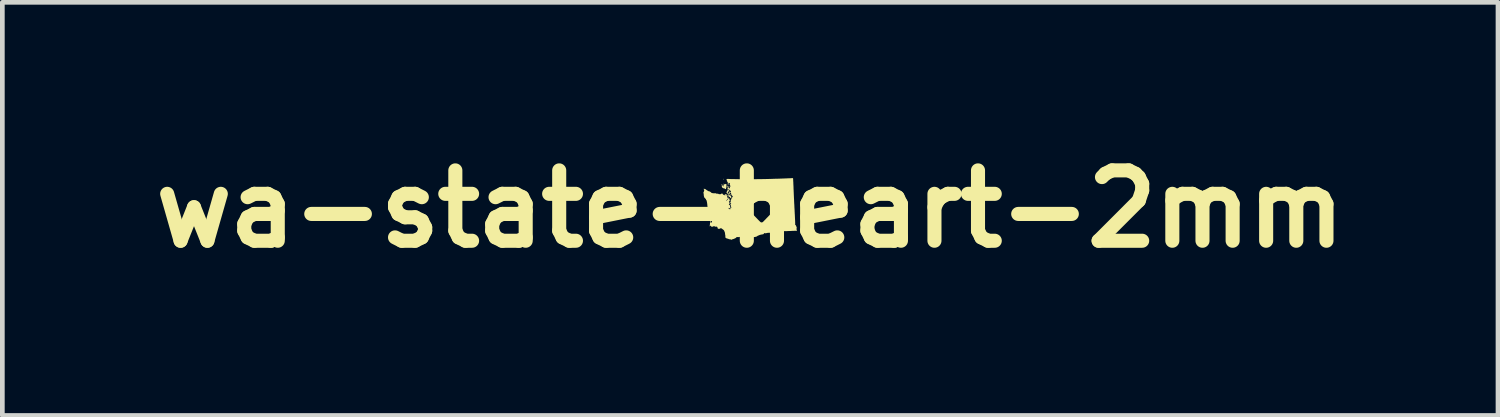
<source format=kicad_pcb>
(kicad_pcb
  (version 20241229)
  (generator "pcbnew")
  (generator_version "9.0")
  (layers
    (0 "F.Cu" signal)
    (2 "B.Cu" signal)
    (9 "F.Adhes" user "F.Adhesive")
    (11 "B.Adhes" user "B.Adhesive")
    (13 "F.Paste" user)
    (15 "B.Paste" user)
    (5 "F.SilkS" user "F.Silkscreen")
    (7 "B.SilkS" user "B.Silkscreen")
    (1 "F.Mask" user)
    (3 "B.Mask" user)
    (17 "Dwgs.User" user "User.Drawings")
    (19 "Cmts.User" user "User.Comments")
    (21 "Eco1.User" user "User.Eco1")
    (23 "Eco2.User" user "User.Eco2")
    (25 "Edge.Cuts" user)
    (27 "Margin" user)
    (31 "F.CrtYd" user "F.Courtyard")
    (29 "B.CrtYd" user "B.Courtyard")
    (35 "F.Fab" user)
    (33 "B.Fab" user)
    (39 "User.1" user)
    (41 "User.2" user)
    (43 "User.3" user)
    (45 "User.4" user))
  (footprint "wa-state-heart-2mm"
    (layer "F.Cu")
    (at 12.943 1.404)
    (property "Reference" "wa-state-heart-2mm" (at 0 0 0) (layer "F.SilkS") (effects (font (size 1.5 1.5) (thickness 0.3))))
    (attr board_only exclude_from_pos_files exclude_from_bom)
    (fp_poly (pts (xy -0.479 -0.499) (xy -0.476 -0.497) (xy -0.475 -0.494) (xy -0.476 -0.492) (xy -0.478 -0.492) (xy -0.479 -0.492) (xy -0.483 -0.494) (xy -0.485 -0.496) (xy -0.484 -0.498) (xy -0.482 -0.5)) (stroke (width 0) (type solid)) (fill yes) (layer "F.SilkS"))
    (fp_poly (pts (xy -0.396 -0.271) (xy -0.395 -0.27) (xy -0.393 -0.268) (xy -0.392 -0.265) (xy -0.393 -0.264) (xy -0.393 -0.264) (xy -0.395 -0.265) (xy -0.396 -0.266) (xy -0.397 -0.268) (xy -0.397 -0.27) (xy -0.397 -0.271)) (stroke (width 0) (type solid)) (fill yes) (layer "F.SilkS"))
    (fp_poly (pts (xy -0.568 -0.641) (xy -0.563 -0.639) (xy -0.56 -0.637) (xy -0.558 -0.635) (xy -0.558 -0.633) (xy -0.559 -0.632) (xy -0.562 -0.631) (xy -0.566 -0.631) (xy -0.569 -0.631) (xy -0.571 -0.632) (xy -0.573 -0.633) (xy -0.573 -0.636) (xy -0.573 -0.637) (xy -0.573 -0.64) (xy -0.571 -0.641)) (stroke (width 0) (type solid)) (fill yes) (layer "F.SilkS"))
    (fp_poly (pts (xy -0.562 -0.536) (xy -0.561 -0.535) (xy -0.56 -0.531) (xy -0.561 -0.528) (xy -0.562 -0.524) (xy -0.563 -0.523) (xy -0.566 -0.521) (xy -0.567 -0.521) (xy -0.569 -0.523) (xy -0.569 -0.524) (xy -0.571 -0.527) (xy -0.573 -0.528) (xy -0.575 -0.529) (xy -0.575 -0.53) (xy -0.573 -0.532) (xy -0.57 -0.535) (xy -0.566 -0.536) (xy -0.563 -0.537)) (stroke (width 0) (type solid)) (fill yes) (layer "F.SilkS"))
    (fp_poly (pts (xy -0.486 -0.491) (xy -0.484 -0.488) (xy -0.482 -0.484) (xy -0.48 -0.48) (xy -0.479 -0.477) (xy -0.48 -0.473) (xy -0.483 -0.47) (xy -0.485 -0.468) (xy -0.488 -0.468) (xy -0.491 -0.47) (xy -0.493 -0.473) (xy -0.495 -0.478) (xy -0.496 -0.482) (xy -0.496 -0.482) (xy -0.495 -0.485) (xy -0.493 -0.488) (xy -0.492 -0.489) (xy -0.49 -0.491) (xy -0.488 -0.492)) (stroke (width 0) (type solid)) (fill yes) (layer "F.SilkS"))
    (fp_poly (pts (xy -0.465 -0.478) (xy -0.46 -0.472) (xy -0.456 -0.468) (xy -0.454 -0.464) (xy -0.454 -0.462) (xy -0.455 -0.462) (xy -0.458 -0.463) (xy -0.461 -0.464) (xy -0.465 -0.463) (xy -0.466 -0.463) (xy -0.47 -0.462) (xy -0.472 -0.462) (xy -0.473 -0.462) (xy -0.473 -0.462) (xy -0.474 -0.462) (xy -0.474 -0.464) (xy -0.474 -0.468) (xy -0.474 -0.473) (xy -0.474 -0.478) (xy -0.473 -0.481) (xy -0.472 -0.486)) (stroke (width 0) (type solid)) (fill yes) (layer "F.SilkS"))
    (fp_poly (pts (xy -0.615 -0.527) (xy -0.612 -0.526) (xy -0.607 -0.524) (xy -0.602 -0.522) (xy -0.598 -0.519) (xy -0.596 -0.518) (xy -0.594 -0.516) (xy -0.591 -0.513) (xy -0.588 -0.509) (xy -0.586 -0.506) (xy -0.586 -0.505) (xy -0.587 -0.504) (xy -0.59 -0.505) (xy -0.594 -0.507) (xy -0.594 -0.507) (xy -0.601 -0.511) (xy -0.607 -0.515) (xy -0.612 -0.519) (xy -0.616 -0.522) (xy -0.619 -0.525) (xy -0.619 -0.526) (xy -0.618 -0.527)) (stroke (width 0) (type solid)) (fill yes) (layer "F.SilkS"))
    (fp_poly (pts (xy -0.481 -0.542) (xy -0.479 -0.538) (xy -0.477 -0.536) (xy -0.474 -0.531) (xy -0.47 -0.526) (xy -0.467 -0.522) (xy -0.463 -0.517) (xy -0.46 -0.513) (xy -0.459 -0.51) (xy -0.459 -0.508) (xy -0.46 -0.507) (xy -0.462 -0.507) (xy -0.465 -0.509) (xy -0.469 -0.512) (xy -0.472 -0.516) (xy -0.475 -0.521) (xy -0.477 -0.523) (xy -0.48 -0.527) (xy -0.483 -0.531) (xy -0.484 -0.532) (xy -0.486 -0.535) (xy -0.487 -0.537) (xy -0.486 -0.539) (xy -0.485 -0.542) (xy -0.483 -0.543)) (stroke (width 0) (type solid)) (fill yes) (layer "F.SilkS"))
    (fp_poly (pts (xy -0.531 -0.533) (xy -0.529 -0.533) (xy -0.527 -0.532) (xy -0.523 -0.53) (xy -0.518 -0.527) (xy -0.513 -0.524) (xy -0.508 -0.521) (xy -0.503 -0.518) (xy -0.499 -0.515) (xy -0.496 -0.513) (xy -0.495 -0.512) (xy -0.495 -0.512) (xy -0.496 -0.511) (xy -0.498 -0.509) (xy -0.501 -0.506) (xy -0.503 -0.504) (xy -0.507 -0.499) (xy -0.51 -0.495) (xy -0.51 -0.492) (xy -0.509 -0.487) (xy -0.506 -0.482) (xy -0.506 -0.482) (xy -0.504 -0.478) (xy -0.503 -0.475) (xy -0.503 -0.473) (xy -0.504 -0.471) (xy -0.504 -0.471) (xy -0.506 -0.467) (xy -0.506 -0.462) (xy -0.506 -0.462) (xy -0.507 -0.457) (xy -0.508 -0.454) (xy -0.512 -0.449) (xy -0.514 -0.445) (xy -0.515 -0.443) (xy -0.516 -0.441) (xy -0.516 -0.439) (xy -0.515 -0.437) (xy -0.514 -0.436) (xy -0.513 -0.431) (xy -0.513 -0.427) (xy -0.513 -0.426) (xy -0.515 -0.425) (xy -0.517 -0.424) (xy -0.524 -0.423) (xy -0.528 -0.423) (xy -0.531 -0.422) (xy -0.533 -0.423) (xy -0.533 -0.423) (xy -0.535 -0.424) (xy -0.536 -0.427) (xy -0.538 -0.429) (xy -0.54 -0.43) (xy -0.542 -0.432) (xy -0.542 -0.434) (xy -0.542 -0.436) (xy -0.543 -0.437) (xy -0.546 -0.437) (xy -0.549 -0.436) (xy -0.556 -0.436) (xy -0.563 -0.438) (xy -0.571 -0.441) (xy -0.58 -0.446) (xy -0.581 -0.446) (xy -0.585 -0.449) (xy -0.589 -0.451) (xy -0.592 -0.452) (xy -0.592 -0.453) (xy -0.594 -0.454) (xy -0.596 -0.456) (xy -0.598 -0.46) (xy -0.6 -0.464) (xy -0.601 -0.467) (xy -0.602 -0.472) (xy -0.603 -0.475) (xy -0.603 -0.476) (xy -0.605 -0.479) (xy -0.605 -0.482) (xy -0.606 -0.485) (xy -0.607 -0.486) (xy -0.609 -0.49) (xy -0.608 -0.494) (xy -0.607 -0.498) (xy -0.606 -0.5) (xy -0.605 -0.501) (xy -0.602 -0.501) (xy -0.599 -0.501) (xy -0.596 -0.501) (xy -0.591 -0.501) (xy -0.588 -0.5) (xy -0.586 -0.499) (xy -0.585 -0.498) (xy -0.582 -0.494) (xy -0.578 -0.489) (xy -0.574 -0.485) (xy -0.57 -0.481) (xy -0.567 -0.479) (xy -0.566 -0.479) (xy -0.563 -0.478) (xy -0.561 -0.478) (xy -0.559 -0.479) (xy -0.56 -0.481) (xy -0.562 -0.483) (xy -0.564 -0.484) (xy -0.567 -0.485) (xy -0.568 -0.487) (xy -0.568 -0.489) (xy -0.569 -0.493) (xy -0.571 -0.496) (xy -0.573 -0.498) (xy -0.564 -0.509) (xy -0.557 -0.517) (xy -0.551 -0.523) (xy -0.546 -0.528) (xy -0.541 -0.531) (xy -0.538 -0.533) (xy -0.534 -0.534)) (stroke (width 0) (type solid)) (fill yes) (layer "F.SilkS"))
    (fp_poly (pts (xy 0.911 -0.657) (xy 0.913 -0.657) (xy 0.913 -0.656) (xy 0.914 -0.655) (xy 0.914 -0.651) (xy 0.915 -0.646) (xy 0.915 -0.641) (xy 0.916 -0.637) (xy 0.916 -0.632) (xy 0.916 -0.624) (xy 0.917 -0.614) (xy 0.917 -0.602) (xy 0.918 -0.588) (xy 0.919 -0.573) (xy 0.92 -0.557) (xy 0.92 -0.54) (xy 0.921 -0.522) (xy 0.922 -0.503) (xy 0.923 -0.483) (xy 0.924 -0.463) (xy 0.924 -0.444) (xy 0.925 -0.424) (xy 0.926 -0.404) (xy 0.927 -0.385) (xy 0.927 -0.383) (xy 0.927 -0.372) (xy 0.928 -0.362) (xy 0.928 -0.352) (xy 0.929 -0.343) (xy 0.929 -0.334) (xy 0.929 -0.326) (xy 0.93 -0.317) (xy 0.93 -0.308) (xy 0.93 -0.299) (xy 0.931 -0.29) (xy 0.931 -0.28) (xy 0.932 -0.27) (xy 0.932 -0.259) (xy 0.933 -0.248) (xy 0.933 -0.235) (xy 0.934 -0.222) (xy 0.935 -0.207) (xy 0.936 -0.191) (xy 0.936 -0.174) (xy 0.937 -0.155) (xy 0.938 -0.135) (xy 0.939 -0.113) (xy 0.941 -0.089) (xy 0.942 -0.063) (xy 0.943 -0.035) (xy 0.945 -0.005) (xy 0.947 0.027) (xy 0.948 0.062) (xy 0.949 0.069) (xy 0.95 0.099) (xy 0.952 0.126) (xy 0.953 0.151) (xy 0.954 0.174) (xy 0.955 0.195) (xy 0.956 0.214) (xy 0.957 0.231) (xy 0.958 0.246) (xy 0.958 0.259) (xy 0.959 0.271) (xy 0.959 0.281) (xy 0.959 0.29) (xy 0.96 0.298) (xy 0.96 0.304) (xy 0.96 0.309) (xy 0.96 0.314) (xy 0.96 0.317) (xy 0.96 0.32) (xy 0.959 0.322) (xy 0.959 0.324) (xy 0.959 0.325) (xy 0.959 0.326) (xy 0.958 0.326) (xy 0.958 0.326) (xy 0.957 0.327) (xy 0.957 0.327) (xy 0.955 0.33) (xy 0.956 0.332) (xy 0.958 0.334) (xy 0.958 0.334) (xy 0.961 0.336) (xy 0.964 0.338) (xy 0.966 0.341) (xy 0.967 0.342) (xy 0.968 0.345) (xy 0.97 0.347) (xy 0.971 0.348) (xy 0.975 0.352) (xy 0.976 0.356) (xy 0.978 0.36) (xy 0.98 0.363) (xy 0.98 0.364) (xy 0.982 0.367) (xy 0.984 0.372) (xy 0.985 0.377) (xy 0.985 0.382) (xy 0.985 0.383) (xy 0.985 0.386) (xy 0.986 0.389) (xy 0.989 0.392) (xy 0.992 0.396) (xy 0.994 0.399) (xy 0.995 0.401) (xy 0.995 0.404) (xy 0.994 0.407) (xy 0.993 0.409) (xy 0.99 0.416) (xy 0.988 0.422) (xy 0.985 0.426) (xy 0.984 0.429) (xy 0.983 0.429) (xy 0.982 0.431) (xy 0.983 0.432) (xy 0.985 0.433) (xy 0.988 0.435) (xy 0.991 0.438) (xy 0.991 0.439) (xy 0.993 0.442) (xy 0.995 0.446) (xy 0.996 0.451) (xy 0.998 0.456) (xy 0.999 0.46) (xy 1 0.463) (xy 0.999 0.464) (xy 0.998 0.464) (xy 0.994 0.465) (xy 0.989 0.465) (xy 0.986 0.465) (xy 0.98 0.465) (xy 0.972 0.466) (xy 0.961 0.466) (xy 0.949 0.466) (xy 0.935 0.467) (xy 0.919 0.468) (xy 0.902 0.468) (xy 0.884 0.469) (xy 0.88 0.469) (xy 0.868 0.47) (xy 0.854 0.47) (xy 0.838 0.471) (xy 0.82 0.471) (xy 0.802 0.472) (xy 0.782 0.473) (xy 0.763 0.473) (xy 0.743 0.474) (xy 0.723 0.474) (xy 0.704 0.475) (xy 0.686 0.476) (xy 0.681 0.476) (xy 0.669 0.476) (xy 0.655 0.476) (xy 0.642 0.477) (xy 0.629 0.477) (xy 0.617 0.478) (xy 0.607 0.478) (xy 0.599 0.478) (xy 0.59 0.479) (xy 0.579 0.479) (xy 0.567 0.479) (xy 0.554 0.48) (xy 0.541 0.48) (xy 0.528 0.481) (xy 0.522 0.481) (xy 0.511 0.481) (xy 0.5 0.482) (xy 0.491 0.482) (xy 0.482 0.482) (xy 0.475 0.483) (xy 0.47 0.483) (xy 0.468 0.483) (xy 0.464 0.484) (xy 0.461 0.485) (xy 0.457 0.487) (xy 0.453 0.491) (xy 0.449 0.493) (xy 0.443 0.498) (xy 0.438 0.501) (xy 0.433 0.504) (xy 0.429 0.506) (xy 0.425 0.507) (xy 0.42 0.508) (xy 0.413 0.509) (xy 0.405 0.509) (xy 0.397 0.509) (xy 0.387 0.509) (xy 0.379 0.51) (xy 0.373 0.51) (xy 0.369 0.511) (xy 0.366 0.511) (xy 0.364 0.512) (xy 0.36 0.513) (xy 0.354 0.515) (xy 0.347 0.516) (xy 0.34 0.517) (xy 0.333 0.518) (xy 0.328 0.519) (xy 0.324 0.519) (xy 0.32 0.519) (xy 0.315 0.518) (xy 0.312 0.517) (xy 0.308 0.515) (xy 0.306 0.515) (xy 0.304 0.515) (xy 0.301 0.516) (xy 0.299 0.518) (xy 0.296 0.521) (xy 0.292 0.526) (xy 0.291 0.527) (xy 0.288 0.532) (xy 0.284 0.535) (xy 0.282 0.538) (xy 0.281 0.538) (xy 0.279 0.539) (xy 0.275 0.54) (xy 0.269 0.541) (xy 0.262 0.543) (xy 0.26 0.543) (xy 0.253 0.544) (xy 0.247 0.545) (xy 0.241 0.546) (xy 0.237 0.547) (xy 0.237 0.547) (xy 0.233 0.548) (xy 0.228 0.549) (xy 0.222 0.55) (xy 0.22 0.551) (xy 0.212 0.552) (xy 0.204 0.555) (xy 0.195 0.559) (xy 0.194 0.559) (xy 0.187 0.562) (xy 0.18 0.565) (xy 0.174 0.568) (xy 0.17 0.569) (xy 0.165 0.571) (xy 0.161 0.573) (xy 0.156 0.576) (xy 0.15 0.58) (xy 0.145 0.584) (xy 0.141 0.587) (xy 0.135 0.589) (xy 0.131 0.591) (xy 0.124 0.593) (xy 0.114 0.595) (xy 0.103 0.598) (xy 0.093 0.599) (xy 0.083 0.601) (xy 0.08 0.601) (xy 0.066 0.603) (xy 0.059 0.595) (xy 0.052 0.589) (xy 0.046 0.585) (xy 0.04 0.583) (xy 0.035 0.583) (xy 0.029 0.585) (xy 0.022 0.59) (xy 0.02 0.591) (xy 0.014 0.595) (xy 0.008 0.598) (xy 0.002 0.601) (xy -0.008 0.604) (xy -0.015 0.608) (xy -0.022 0.611) (xy -0.027 0.613) (xy -0.031 0.616) (xy -0.032 0.618) (xy -0.04 0.623) (xy -0.045 0.621) (xy -0.048 0.62) (xy -0.052 0.619) (xy -0.057 0.619) (xy -0.064 0.619) (xy -0.074 0.619) (xy -0.082 0.621) (xy -0.089 0.623) (xy -0.093 0.626) (xy -0.095 0.628) (xy -0.097 0.631) (xy -0.1 0.633) (xy -0.1 0.634) (xy -0.103 0.634) (xy -0.107 0.635) (xy -0.111 0.635) (xy -0.114 0.635) (xy -0.115 0.634) (xy -0.116 0.633) (xy -0.116 0.629) (xy -0.117 0.625) (xy -0.118 0.619) (xy -0.12 0.614) (xy -0.124 0.611) (xy -0.13 0.608) (xy -0.13 0.608) (xy -0.135 0.606) (xy -0.14 0.604) (xy -0.142 0.603) (xy -0.145 0.602) (xy -0.147 0.601) (xy -0.151 0.601) (xy -0.156 0.601) (xy -0.163 0.601) (xy -0.165 0.601) (xy -0.183 0.601) (xy -0.193 0.595) (xy -0.203 0.59) (xy -0.214 0.594) (xy -0.227 0.598) (xy -0.24 0.6) (xy -0.252 0.601) (xy -0.26 0.601) (xy -0.269 0.6) (xy -0.277 0.6) (xy -0.283 0.6) (xy -0.288 0.602) (xy -0.292 0.604) (xy -0.296 0.607) (xy -0.299 0.611) (xy -0.302 0.615) (xy -0.306 0.618) (xy -0.312 0.622) (xy -0.314 0.623) (xy -0.32 0.626) (xy -0.325 0.629) (xy -0.329 0.63) (xy -0.33 0.631) (xy -0.334 0.632) (xy -0.339 0.634) (xy -0.344 0.637) (xy -0.345 0.637) (xy -0.354 0.641) (xy -0.362 0.643) (xy -0.364 0.643) (xy -0.37 0.644) (xy -0.374 0.645) (xy -0.378 0.647) (xy -0.386 0.652) (xy -0.394 0.655) (xy -0.402 0.657) (xy -0.408 0.656) (xy -0.409 0.656) (xy -0.413 0.654) (xy -0.418 0.651) (xy -0.419 0.65) (xy -0.423 0.646) (xy -0.435 0.647) (xy -0.44 0.647) (xy -0.444 0.647) (xy -0.447 0.647) (xy -0.45 0.645) (xy -0.455 0.643) (xy -0.462 0.64) (xy -0.47 0.637) (xy -0.477 0.634) (xy -0.484 0.633) (xy -0.49 0.632) (xy -0.49 0.632) (xy -0.494 0.632) (xy -0.496 0.631) (xy -0.497 0.631) (xy -0.498 0.629) (xy -0.501 0.628) (xy -0.502 0.628) (xy -0.506 0.626) (xy -0.511 0.623) (xy -0.516 0.62) (xy -0.521 0.616) (xy -0.525 0.613) (xy -0.528 0.611) (xy -0.528 0.61) (xy -0.529 0.607) (xy -0.529 0.603) (xy -0.529 0.596) (xy -0.529 0.588) (xy -0.529 0.58) (xy -0.528 0.575) (xy -0.529 0.571) (xy -0.529 0.567) (xy -0.53 0.565) (xy -0.531 0.562) (xy -0.531 0.562) (xy -0.532 0.557) (xy -0.533 0.551) (xy -0.534 0.543) (xy -0.535 0.537) (xy -0.536 0.525) (xy -0.537 0.515) (xy -0.539 0.506) (xy -0.541 0.498) (xy -0.544 0.49) (xy -0.548 0.482) (xy -0.549 0.479) (xy -0.551 0.474) (xy -0.554 0.469) (xy -0.555 0.465) (xy -0.555 0.465) (xy -0.556 0.462) (xy -0.557 0.459) (xy -0.559 0.456) (xy -0.562 0.454) (xy -0.565 0.45) (xy -0.57 0.446) (xy -0.577 0.441) (xy -0.58 0.439) (xy -0.59 0.431) (xy -0.599 0.424) (xy -0.606 0.419) (xy -0.612 0.415) (xy -0.617 0.413) (xy -0.62 0.412) (xy -0.625 0.411) (xy -0.63 0.412) (xy -0.635 0.414) (xy -0.636 0.415) (xy -0.638 0.417) (xy -0.642 0.419) (xy -0.644 0.42) (xy -0.649 0.421) (xy -0.654 0.423) (xy -0.656 0.424) (xy -0.662 0.425) (xy -0.669 0.425) (xy -0.677 0.424) (xy -0.683 0.421) (xy -0.689 0.418) (xy -0.693 0.413) (xy -0.696 0.406) (xy -0.696 0.401) (xy -0.697 0.394) (xy -0.701 0.386) (xy -0.706 0.381) (xy -0.71 0.377) (xy -0.718 0.378) (xy -0.722 0.379) (xy -0.728 0.379) (xy -0.735 0.379) (xy -0.742 0.379) (xy -0.748 0.379) (xy -0.753 0.378) (xy -0.757 0.377) (xy -0.757 0.377) (xy -0.759 0.375) (xy -0.761 0.37) (xy -0.761 0.37) (xy -0.763 0.366) (xy -0.764 0.364) (xy -0.765 0.363) (xy -0.767 0.364) (xy -0.77 0.366) (xy -0.772 0.367) (xy -0.777 0.371) (xy -0.781 0.373) (xy -0.785 0.372) (xy -0.786 0.372) (xy -0.789 0.371) (xy -0.792 0.372) (xy -0.795 0.373) (xy -0.796 0.374) (xy -0.799 0.376) (xy -0.801 0.378) (xy -0.802 0.378) (xy -0.804 0.38) (xy -0.807 0.381) (xy -0.808 0.382) (xy -0.812 0.383) (xy -0.814 0.384) (xy -0.817 0.383) (xy -0.818 0.383) (xy -0.822 0.38) (xy -0.826 0.378) (xy -0.829 0.375) (xy -0.829 0.374) (xy -0.83 0.371) (xy -0.833 0.367) (xy -0.837 0.362) (xy -0.839 0.36) (xy -0.842 0.357) (xy -0.846 0.357) (xy -0.849 0.359) (xy -0.85 0.36) (xy -0.852 0.364) (xy -0.855 0.367) (xy -0.859 0.37) (xy -0.862 0.371) (xy -0.863 0.37) (xy -0.864 0.368) (xy -0.864 0.365) (xy -0.863 0.36) (xy -0.862 0.356) (xy -0.86 0.347) (xy -0.859 0.337) (xy -0.858 0.325) (xy -0.857 0.311) (xy -0.856 0.296) (xy -0.856 0.278) (xy -0.856 0.274) (xy -0.856 0.262) (xy -0.856 0.252) (xy -0.856 0.244) (xy -0.855 0.239) (xy -0.855 0.235) (xy -0.854 0.232) (xy -0.853 0.23) (xy -0.852 0.23) (xy -0.851 0.23) (xy -0.85 0.231) (xy -0.848 0.232) (xy -0.848 0.234) (xy -0.848 0.237) (xy -0.848 0.241) (xy -0.848 0.244) (xy -0.847 0.245) (xy -0.846 0.25) (xy -0.845 0.257) (xy -0.844 0.266) (xy -0.845 0.277) (xy -0.845 0.277) (xy -0.845 0.285) (xy -0.845 0.291) (xy -0.845 0.295) (xy -0.845 0.297) (xy -0.843 0.299) (xy -0.841 0.3) (xy -0.839 0.298) (xy -0.839 0.296) (xy -0.838 0.29) (xy -0.837 0.287) (xy -0.836 0.286) (xy -0.835 0.287) (xy -0.833 0.289) (xy -0.832 0.291) (xy -0.829 0.296) (xy -0.825 0.291) (xy -0.822 0.287) (xy -0.819 0.282) (xy -0.817 0.279) (xy -0.813 0.272) (xy -0.816 0.267) (xy -0.818 0.263) (xy -0.819 0.26) (xy -0.819 0.259) (xy -0.82 0.257) (xy -0.822 0.254) (xy -0.823 0.252) (xy -0.826 0.248) (xy -0.828 0.243) (xy -0.828 0.242) (xy -0.828 0.239) (xy -0.827 0.237) (xy -0.825 0.234) (xy -0.824 0.233) (xy -0.821 0.229) (xy -0.819 0.226) (xy -0.819 0.224) (xy -0.817 0.222) (xy -0.815 0.219) (xy -0.811 0.217) (xy -0.807 0.214) (xy -0.803 0.211) (xy -0.801 0.21) (xy -0.797 0.207) (xy -0.804 0.201) (xy -0.809 0.198) (xy -0.812 0.196) (xy -0.814 0.197) (xy -0.814 0.199) (xy -0.815 0.201) (xy -0.818 0.202) (xy -0.822 0.202) (xy -0.825 0.202) (xy -0.827 0.201) (xy -0.828 0.201) (xy -0.828 0.204) (xy -0.828 0.205) (xy -0.828 0.208) (xy -0.829 0.209) (xy -0.829 0.209) (xy -0.832 0.21) (xy -0.835 0.209) (xy -0.84 0.208) (xy -0.844 0.206) (xy -0.847 0.204) (xy -0.851 0.202) (xy -0.854 0.2) (xy -0.855 0.199) (xy -0.857 0.198) (xy -0.858 0.197) (xy -0.86 0.194) (xy -0.861 0.189) (xy -0.862 0.183) (xy -0.862 0.175) (xy -0.862 0.174) (xy -0.863 0.167) (xy -0.864 0.159) (xy -0.865 0.152) (xy -0.866 0.147) (xy -0.866 0.147) (xy -0.867 0.139) (xy -0.868 0.134) (xy -0.867 0.131) (xy -0.865 0.13) (xy -0.865 0.13) (xy -0.861 0.131) (xy -0.859 0.134) (xy -0.856 0.139) (xy -0.856 0.141) (xy -0.854 0.145) (xy -0.853 0.147) (xy -0.851 0.146) (xy -0.849 0.143) (xy -0.848 0.142) (xy -0.844 0.137) (xy -0.838 0.132) (xy -0.829 0.128) (xy -0.821 0.126) (xy -0.813 0.124) (xy -0.807 0.122) (xy -0.802 0.12) (xy -0.8 0.119) (xy -0.8 0.118) (xy -0.801 0.117) (xy -0.804 0.115) (xy -0.807 0.113) (xy -0.81 0.112) (xy -0.812 0.112) (xy -0.815 0.111) (xy -0.819 0.11) (xy -0.824 0.108) (xy -0.826 0.108) (xy -0.831 0.106) (xy -0.834 0.105) (xy -0.836 0.103) (xy -0.836 0.102) (xy -0.837 0.1) (xy -0.837 0.1) (xy -0.838 0.094) (xy -0.841 0.089) (xy -0.846 0.086) (xy -0.853 0.084) (xy -0.858 0.083) (xy -0.862 0.084) (xy -0.865 0.084) (xy -0.866 0.085) (xy -0.867 0.087) (xy -0.868 0.092) (xy -0.868 0.097) (xy -0.867 0.103) (xy -0.866 0.109) (xy -0.865 0.113) (xy -0.865 0.116) (xy -0.865 0.118) (xy -0.866 0.119) (xy -0.869 0.121) (xy -0.872 0.122) (xy -0.878 0.125) (xy -0.878 0.089) (xy -0.878 0.076) (xy -0.878 0.065) (xy -0.878 0.055) (xy -0.879 0.046) (xy -0.88 0.038) (xy -0.881 0.029) (xy -0.883 0.019) (xy -0.885 0.011) (xy -0.886 0.003) (xy -0.888 -0.003) (xy -0.889 -0.008) (xy -0.891 -0.011) (xy -0.892 -0.014) (xy -0.894 -0.016) (xy -0.894 -0.017) (xy -0.898 -0.021) (xy -0.901 -0.025) (xy -0.902 -0.027) (xy -0.903 -0.031) (xy -0.905 -0.034) (xy -0.906 -0.035) (xy -0.907 -0.036) (xy -0.908 -0.038) (xy -0.909 -0.041) (xy -0.909 -0.045) (xy -0.91 -0.051) (xy -0.911 -0.058) (xy -0.912 -0.067) (xy -0.913 -0.077) (xy -0.914 -0.092) (xy -0.916 -0.106) (xy -0.917 -0.117) (xy -0.918 -0.128) (xy -0.92 -0.137) (xy -0.922 -0.147) (xy -0.924 -0.156) (xy -0.926 -0.166) (xy -0.927 -0.169) (xy -0.929 -0.177) (xy -0.931 -0.182) (xy -0.933 -0.186) (xy -0.934 -0.189) (xy -0.937 -0.191) (xy -0.938 -0.192) (xy -0.941 -0.194) (xy -0.942 -0.196) (xy -0.942 -0.2) (xy -0.943 -0.204) (xy -0.944 -0.209) (xy -0.946 -0.212) (xy -0.948 -0.213) (xy -0.948 -0.213) (xy -0.95 -0.214) (xy -0.953 -0.216) (xy -0.956 -0.22) (xy -0.959 -0.223) (xy -0.961 -0.226) (xy -0.962 -0.228) (xy -0.963 -0.231) (xy -0.966 -0.233) (xy -0.967 -0.234) (xy -0.971 -0.236) (xy -0.974 -0.238) (xy -0.976 -0.241) (xy -0.978 -0.245) (xy -0.98 -0.25) (xy -0.981 -0.255) (xy -0.984 -0.263) (xy -0.985 -0.269) (xy -0.987 -0.275) (xy -0.988 -0.282) (xy -0.989 -0.29) (xy -0.99 -0.3) (xy -0.99 -0.303) (xy -0.99 -0.312) (xy -0.991 -0.32) (xy -0.992 -0.326) (xy -0.993 -0.331) (xy -0.995 -0.335) (xy -0.997 -0.34) (xy -0.997 -0.34) (xy -1 -0.347) (xy -0.994 -0.353) (xy -0.991 -0.356) (xy -0.989 -0.359) (xy -0.988 -0.361) (xy -0.988 -0.365) (xy -0.988 -0.367) (xy -0.987 -0.373) (xy -0.986 -0.378) (xy -0.984 -0.385) (xy -0.982 -0.39) (xy -0.977 -0.404) (xy -0.984 -0.412) (xy -0.989 -0.418) (xy -0.992 -0.422) (xy -0.993 -0.425) (xy -0.992 -0.427) (xy -0.989 -0.428) (xy -0.984 -0.429) (xy -0.983 -0.429) (xy -0.977 -0.428) (xy -0.972 -0.427) (xy -0.97 -0.426) (xy -0.966 -0.425) (xy -0.963 -0.425) (xy -0.963 -0.425) (xy -0.96 -0.425) (xy -0.958 -0.423) (xy -0.956 -0.421) (xy -0.954 -0.421) (xy -0.951 -0.42) (xy -0.949 -0.417) (xy -0.949 -0.417) (xy -0.946 -0.415) (xy -0.942 -0.412) (xy -0.939 -0.41) (xy -0.935 -0.407) (xy -0.93 -0.403) (xy -0.924 -0.399) (xy -0.922 -0.398) (xy -0.915 -0.394) (xy -0.908 -0.389) (xy -0.901 -0.386) (xy -0.898 -0.384) (xy -0.893 -0.381) (xy -0.888 -0.379) (xy -0.885 -0.377) (xy -0.883 -0.376) (xy -0.881 -0.375) (xy -0.878 -0.375) (xy -0.878 -0.376) (xy -0.876 -0.376) (xy -0.875 -0.376) (xy -0.872 -0.375) (xy -0.869 -0.374) (xy -0.864 -0.372) (xy -0.857 -0.368) (xy -0.85 -0.364) (xy -0.845 -0.361) (xy -0.841 -0.359) (xy -0.839 -0.356) (xy -0.837 -0.354) (xy -0.834 -0.351) (xy -0.83 -0.347) (xy -0.828 -0.345) (xy -0.822 -0.342) (xy -0.814 -0.339) (xy -0.804 -0.337) (xy -0.793 -0.335) (xy -0.781 -0.334) (xy -0.769 -0.334) (xy -0.757 -0.334) (xy -0.756 -0.334) (xy -0.746 -0.334) (xy -0.738 -0.334) (xy -0.732 -0.333) (xy -0.728 -0.331) (xy -0.724 -0.328) (xy -0.723 -0.328) (xy -0.72 -0.326) (xy -0.716 -0.324) (xy -0.712 -0.324) (xy -0.71 -0.325) (xy -0.71 -0.326) (xy -0.708 -0.327) (xy -0.704 -0.327) (xy -0.7 -0.326) (xy -0.696 -0.325) (xy -0.694 -0.324) (xy -0.691 -0.322) (xy -0.688 -0.322) (xy -0.683 -0.322) (xy -0.678 -0.322) (xy -0.675 -0.322) (xy -0.675 -0.32) (xy -0.673 -0.317) (xy -0.67 -0.315) (xy -0.667 -0.315) (xy -0.662 -0.315) (xy -0.656 -0.314) (xy -0.649 -0.314) (xy -0.642 -0.314) (xy -0.636 -0.314) (xy -0.63 -0.315) (xy -0.626 -0.315) (xy -0.625 -0.315) (xy -0.622 -0.317) (xy -0.618 -0.32) (xy -0.615 -0.322) (xy -0.608 -0.328) (xy -0.602 -0.332) (xy -0.598 -0.334) (xy -0.596 -0.335) (xy -0.594 -0.334) (xy -0.594 -0.333) (xy -0.596 -0.331) (xy -0.596 -0.33) (xy -0.597 -0.329) (xy -0.596 -0.327) (xy -0.595 -0.325) (xy -0.592 -0.322) (xy -0.587 -0.318) (xy -0.585 -0.316) (xy -0.581 -0.312) (xy -0.578 -0.308) (xy -0.577 -0.306) (xy -0.573 -0.3) (xy -0.567 -0.301) (xy -0.562 -0.301) (xy -0.556 -0.302) (xy -0.553 -0.302) (xy -0.546 -0.302) (xy -0.545 -0.296) (xy -0.544 -0.292) (xy -0.543 -0.289) (xy -0.542 -0.288) (xy -0.538 -0.287) (xy -0.535 -0.286) (xy -0.533 -0.286) (xy -0.531 -0.287) (xy -0.532 -0.289) (xy -0.533 -0.291) (xy -0.534 -0.295) (xy -0.535 -0.299) (xy -0.535 -0.3) (xy -0.533 -0.307) (xy -0.53 -0.312) (xy -0.524 -0.315) (xy -0.516 -0.318) (xy -0.512 -0.319) (xy -0.507 -0.319) (xy -0.504 -0.318) (xy -0.503 -0.315) (xy -0.503 -0.312) (xy -0.503 -0.309) (xy -0.504 -0.307) (xy -0.507 -0.305) (xy -0.508 -0.304) (xy -0.511 -0.302) (xy -0.512 -0.3) (xy -0.512 -0.298) (xy -0.512 -0.297) (xy -0.511 -0.294) (xy -0.509 -0.29) (xy -0.507 -0.287) (xy -0.505 -0.285) (xy -0.503 -0.285) (xy -0.502 -0.286) (xy -0.502 -0.289) (xy -0.502 -0.293) (xy -0.5 -0.297) (xy -0.497 -0.3) (xy -0.494 -0.303) (xy -0.491 -0.304) (xy -0.488 -0.303) (xy -0.488 -0.302) (xy -0.487 -0.3) (xy -0.486 -0.296) (xy -0.485 -0.29) (xy -0.485 -0.284) (xy -0.484 -0.278) (xy -0.484 -0.274) (xy -0.484 -0.27) (xy -0.485 -0.269) (xy -0.487 -0.268) (xy -0.488 -0.268) (xy -0.492 -0.267) (xy -0.494 -0.265) (xy -0.495 -0.264) (xy -0.494 -0.262) (xy -0.492 -0.26) (xy -0.49 -0.258) (xy -0.487 -0.254) (xy -0.486 -0.251) (xy -0.486 -0.248) (xy -0.486 -0.244) (xy -0.484 -0.242) (xy -0.482 -0.24) (xy -0.479 -0.238) (xy -0.477 -0.235) (xy -0.478 -0.232) (xy -0.478 -0.231) (xy -0.479 -0.229) (xy -0.477 -0.227) (xy -0.475 -0.225) (xy -0.472 -0.224) (xy -0.47 -0.224) (xy -0.469 -0.221) (xy -0.471 -0.218) (xy -0.472 -0.217) (xy -0.474 -0.215) (xy -0.477 -0.214) (xy -0.48 -0.213) (xy -0.487 -0.213) (xy -0.487 -0.208) (xy -0.488 -0.205) (xy -0.49 -0.202) (xy -0.492 -0.198) (xy -0.495 -0.195) (xy -0.499 -0.191) (xy -0.502 -0.187) (xy -0.503 -0.184) (xy -0.505 -0.18) (xy -0.506 -0.174) (xy -0.505 -0.17) (xy -0.505 -0.168) (xy -0.503 -0.168) (xy -0.501 -0.17) (xy -0.499 -0.174) (xy -0.495 -0.181) (xy -0.49 -0.188) (xy -0.484 -0.195) (xy -0.477 -0.203) (xy -0.472 -0.207) (xy -0.468 -0.211) (xy -0.465 -0.213) (xy -0.464 -0.213) (xy -0.462 -0.213) (xy -0.462 -0.214) (xy -0.462 -0.216) (xy -0.462 -0.22) (xy -0.464 -0.227) (xy -0.466 -0.232) (xy -0.469 -0.236) (xy -0.471 -0.238) (xy -0.472 -0.24) (xy -0.471 -0.241) (xy -0.471 -0.242) (xy -0.469 -0.243) (xy -0.468 -0.242) (xy -0.466 -0.241) (xy -0.465 -0.24) (xy -0.463 -0.238) (xy -0.461 -0.238) (xy -0.46 -0.238) (xy -0.459 -0.238) (xy -0.459 -0.237) (xy -0.458 -0.236) (xy -0.455 -0.234) (xy -0.455 -0.234) (xy -0.451 -0.232) (xy -0.448 -0.229) (xy -0.446 -0.225) (xy -0.445 -0.219) (xy -0.444 -0.216) (xy -0.443 -0.21) (xy -0.442 -0.205) (xy -0.441 -0.202) (xy -0.44 -0.201) (xy -0.439 -0.198) (xy -0.438 -0.193) (xy -0.437 -0.188) (xy -0.437 -0.187) (xy -0.437 -0.181) (xy -0.436 -0.176) (xy -0.435 -0.172) (xy -0.435 -0.171) (xy -0.434 -0.167) (xy -0.443 -0.167) (xy -0.449 -0.168) (xy -0.452 -0.167) (xy -0.453 -0.166) (xy -0.454 -0.164) (xy -0.453 -0.161) (xy -0.452 -0.158) (xy -0.448 -0.156) (xy -0.448 -0.156) (xy -0.443 -0.154) (xy -0.444 -0.146) (xy -0.445 -0.14) (xy -0.445 -0.136) (xy -0.445 -0.133) (xy -0.443 -0.131) (xy -0.443 -0.131) (xy -0.442 -0.128) (xy -0.441 -0.124) (xy -0.441 -0.12) (xy -0.441 -0.116) (xy -0.44 -0.112) (xy -0.44 -0.111) (xy -0.439 -0.108) (xy -0.44 -0.106) (xy -0.442 -0.105) (xy -0.442 -0.105) (xy -0.445 -0.104) (xy -0.448 -0.102) (xy -0.451 -0.099) (xy -0.453 -0.095) (xy -0.454 -0.094) (xy -0.453 -0.091) (xy -0.45 -0.088) (xy -0.446 -0.085) (xy -0.442 -0.083) (xy -0.437 -0.081) (xy -0.434 -0.077) (xy -0.432 -0.074) (xy -0.432 -0.074) (xy -0.431 -0.07) (xy -0.43 -0.069) (xy -0.429 -0.067) (xy -0.429 -0.064) (xy -0.428 -0.059) (xy -0.428 -0.056) (xy -0.428 -0.049) (xy -0.428 -0.045) (xy -0.426 -0.042) (xy -0.423 -0.04) (xy -0.419 -0.039) (xy -0.416 -0.037) (xy -0.414 -0.035) (xy -0.416 -0.033) (xy -0.419 -0.031) (xy -0.423 -0.028) (xy -0.428 -0.025) (xy -0.43 -0.023) (xy -0.434 -0.02) (xy -0.439 -0.016) (xy -0.442 -0.015) (xy -0.445 -0.014) (xy -0.447 -0.013) (xy -0.449 -0.014) (xy -0.45 -0.015) (xy -0.452 -0.018) (xy -0.454 -0.021) (xy -0.454 -0.021) (xy -0.455 -0.024) (xy -0.456 -0.026) (xy -0.456 -0.026) (xy -0.457 -0.025) (xy -0.459 -0.022) (xy -0.461 -0.018) (xy -0.462 -0.015) (xy -0.463 -0.012) (xy -0.463 -0.012) (xy -0.462 -0.009) (xy -0.461 -0.009) (xy -0.457 -0.008) (xy -0.452 -0.005) (xy -0.446 -0.001) (xy -0.443 0.001) (xy -0.438 0.006) (xy -0.435 0.008) (xy -0.432 0.009) (xy -0.43 0.009) (xy -0.428 0.008) (xy -0.427 0.007) (xy -0.423 0.003) (xy -0.427 0.001) (xy -0.43 -0.001) (xy -0.432 -0.002) (xy -0.433 -0.002) (xy -0.432 -0.004) (xy -0.43 -0.006) (xy -0.425 -0.009) (xy -0.419 -0.012) (xy -0.417 -0.013) (xy -0.411 -0.016) (xy -0.406 -0.019) (xy -0.404 -0.022) (xy -0.403 -0.025) (xy -0.403 -0.027) (xy -0.403 -0.032) (xy -0.405 -0.038) (xy -0.407 -0.045) (xy -0.409 -0.05) (xy -0.411 -0.054) (xy -0.413 -0.056) (xy -0.414 -0.059) (xy -0.413 -0.061) (xy -0.412 -0.063) (xy -0.411 -0.066) (xy -0.411 -0.068) (xy -0.412 -0.07) (xy -0.413 -0.073) (xy -0.415 -0.078) (xy -0.417 -0.083) (xy -0.418 -0.086) (xy -0.419 -0.091) (xy -0.421 -0.097) (xy -0.422 -0.099) (xy -0.423 -0.103) (xy -0.423 -0.105) (xy -0.422 -0.106) (xy -0.421 -0.107) (xy -0.418 -0.109) (xy -0.413 -0.11) (xy -0.413 -0.11) (xy -0.409 -0.11) (xy -0.406 -0.111) (xy -0.405 -0.111) (xy -0.405 -0.113) (xy -0.406 -0.116) (xy -0.409 -0.119) (xy -0.412 -0.122) (xy -0.415 -0.123) (xy -0.419 -0.126) (xy -0.423 -0.13) (xy -0.425 -0.133) (xy -0.426 -0.136) (xy -0.425 -0.138) (xy -0.423 -0.141) (xy -0.421 -0.145) (xy -0.418 -0.15) (xy -0.119 -0.15) (xy -0.117 -0.128) (xy -0.114 -0.106) (xy -0.108 -0.085) (xy -0.1 -0.065) (xy -0.09 -0.046) (xy -0.079 -0.029) (xy -0.077 -0.026) (xy -0.073 -0.022) (xy -0.067 -0.015) (xy -0.059 -0.007) (xy -0.049 0.003) (xy -0.038 0.015) (xy -0.025 0.029) (xy -0.011 0.044) (xy 0.006 0.061) (xy 0.024 0.08) (xy 0.044 0.101) (xy 0.065 0.123) (xy 0.074 0.131) (xy 0.093 0.151) (xy 0.11 0.169) (xy 0.126 0.185) (xy 0.14 0.2) (xy 0.153 0.213) (xy 0.164 0.225) (xy 0.174 0.235) (xy 0.183 0.244) (xy 0.191 0.252) (xy 0.198 0.259) (xy 0.204 0.265) (xy 0.209 0.27) (xy 0.214 0.274) (xy 0.217 0.277) (xy 0.221 0.28) (xy 0.223 0.282) (xy 0.226 0.284) (xy 0.228 0.285) (xy 0.23 0.286) (xy 0.231 0.286) (xy 0.233 0.286) (xy 0.235 0.287) (xy 0.236 0.287) (xy 0.237 0.287) (xy 0.247 0.288) (xy 0.257 0.286) (xy 0.262 0.284) (xy 0.264 0.282) (xy 0.267 0.28) (xy 0.271 0.278) (xy 0.275 0.274) (xy 0.28 0.269) (xy 0.287 0.263) (xy 0.291 0.259) (xy 0.296 0.253) (xy 0.303 0.246) (xy 0.311 0.238) (xy 0.32 0.229) (xy 0.33 0.219) (xy 0.341 0.207) (xy 0.352 0.195) (xy 0.365 0.182) (xy 0.378 0.169) (xy 0.391 0.155) (xy 0.405 0.141) (xy 0.418 0.127) (xy 0.432 0.113) (xy 0.446 0.099) (xy 0.459 0.085) (xy 0.473 0.071) (xy 0.485 0.058) (xy 0.497 0.045) (xy 0.509 0.033) (xy 0.519 0.022) (xy 0.529 0.012) (xy 0.538 0.003) (xy 0.545 -0.005) (xy 0.551 -0.011) (xy 0.556 -0.016) (xy 0.559 -0.019) (xy 0.56 -0.021) (xy 0.573 -0.038) (xy 0.584 -0.057) (xy 0.593 -0.077) (xy 0.6 -0.098) (xy 0.603 -0.109) (xy 0.604 -0.114) (xy 0.605 -0.119) (xy 0.605 -0.124) (xy 0.605 -0.13) (xy 0.606 -0.137) (xy 0.606 -0.147) (xy 0.606 -0.149) (xy 0.606 -0.162) (xy 0.605 -0.174) (xy 0.604 -0.184) (xy 0.602 -0.193) (xy 0.6 -0.202) (xy 0.597 -0.213) (xy 0.595 -0.217) (xy 0.587 -0.237) (xy 0.577 -0.256) (xy 0.564 -0.274) (xy 0.55 -0.29) (xy 0.535 -0.305) (xy 0.527 -0.311) (xy 0.519 -0.316) (xy 0.509 -0.322) (xy 0.499 -0.328) (xy 0.489 -0.333) (xy 0.479 -0.337) (xy 0.471 -0.339) (xy 0.449 -0.344) (xy 0.427 -0.346) (xy 0.405 -0.346) (xy 0.383 -0.344) (xy 0.363 -0.339) (xy 0.346 -0.333) (xy 0.329 -0.326) (xy 0.313 -0.317) (xy 0.297 -0.306) (xy 0.281 -0.293) (xy 0.266 -0.277) (xy 0.261 -0.273) (xy 0.244 -0.255) (xy 0.22 -0.279) (xy 0.211 -0.288) (xy 0.203 -0.295) (xy 0.197 -0.301) (xy 0.191 -0.306) (xy 0.185 -0.31) (xy 0.183 -0.312) (xy 0.163 -0.324) (xy 0.143 -0.333) (xy 0.122 -0.34) (xy 0.101 -0.344) (xy 0.08 -0.347) (xy 0.058 -0.346) (xy 0.037 -0.344) (xy 0.017 -0.339) (xy -0.004 -0.332) (xy -0.01 -0.329) (xy -0.028 -0.319) (xy -0.045 -0.306) (xy -0.061 -0.292) (xy -0.075 -0.276) (xy -0.087 -0.259) (xy -0.098 -0.24) (xy -0.106 -0.22) (xy -0.113 -0.199) (xy -0.114 -0.194) (xy -0.118 -0.172) (xy -0.119 -0.15) (xy -0.418 -0.15) (xy -0.417 -0.152) (xy -0.414 -0.16) (xy -0.413 -0.166) (xy -0.413 -0.172) (xy -0.415 -0.175) (xy -0.416 -0.178) (xy -0.417 -0.181) (xy -0.416 -0.184) (xy -0.414 -0.189) (xy -0.412 -0.193) (xy -0.41 -0.197) (xy -0.408 -0.199) (xy -0.405 -0.203) (xy -0.401 -0.21) (xy -0.398 -0.22) (xy -0.397 -0.226) (xy -0.395 -0.232) (xy -0.394 -0.238) (xy -0.393 -0.242) (xy -0.392 -0.244) (xy -0.39 -0.245) (xy -0.386 -0.246) (xy -0.386 -0.247) (xy -0.381 -0.248) (xy -0.378 -0.249) (xy -0.377 -0.25) (xy -0.375 -0.251) (xy -0.374 -0.253) (xy -0.374 -0.256) (xy -0.373 -0.261) (xy -0.373 -0.262) (xy -0.373 -0.271) (xy -0.379 -0.277) (xy -0.384 -0.281) (xy -0.389 -0.287) (xy -0.394 -0.293) (xy -0.398 -0.298) (xy -0.402 -0.303) (xy -0.402 -0.303) (xy -0.403 -0.306) (xy -0.404 -0.31) (xy -0.405 -0.317) (xy -0.405 -0.32) (xy -0.406 -0.326) (xy -0.407 -0.332) (xy -0.408 -0.336) (xy -0.408 -0.338) (xy -0.41 -0.342) (xy -0.411 -0.345) (xy -0.414 -0.348) (xy -0.417 -0.35) (xy -0.422 -0.351) (xy -0.424 -0.35) (xy -0.425 -0.348) (xy -0.426 -0.344) (xy -0.426 -0.34) (xy -0.427 -0.338) (xy -0.43 -0.335) (xy -0.43 -0.335) (xy -0.433 -0.333) (xy -0.434 -0.331) (xy -0.435 -0.331) (xy -0.434 -0.329) (xy -0.432 -0.325) (xy -0.429 -0.321) (xy -0.425 -0.315) (xy -0.421 -0.31) (xy -0.417 -0.306) (xy -0.414 -0.301) (xy -0.41 -0.296) (xy -0.407 -0.291) (xy -0.405 -0.287) (xy -0.404 -0.284) (xy -0.404 -0.284) (xy -0.405 -0.283) (xy -0.406 -0.284) (xy -0.409 -0.285) (xy -0.41 -0.287) (xy -0.412 -0.29) (xy -0.416 -0.294) (xy -0.42 -0.299) (xy -0.424 -0.303) (xy -0.428 -0.306) (xy -0.431 -0.308) (xy -0.431 -0.308) (xy -0.434 -0.31) (xy -0.437 -0.31) (xy -0.439 -0.311) (xy -0.442 -0.315) (xy -0.444 -0.32) (xy -0.446 -0.325) (xy -0.447 -0.332) (xy -0.448 -0.338) (xy -0.448 -0.345) (xy -0.448 -0.348) (xy -0.446 -0.354) (xy -0.443 -0.358) (xy -0.439 -0.36) (xy -0.437 -0.36) (xy -0.433 -0.361) (xy -0.431 -0.363) (xy -0.431 -0.363) (xy -0.429 -0.366) (xy -0.422 -0.362) (xy -0.416 -0.359) (xy -0.413 -0.362) (xy -0.411 -0.366) (xy -0.41 -0.37) (xy -0.41 -0.37) (xy -0.409 -0.373) (xy -0.41 -0.376) (xy -0.412 -0.38) (xy -0.416 -0.384) (xy -0.419 -0.387) (xy -0.421 -0.388) (xy -0.425 -0.39) (xy -0.427 -0.393) (xy -0.428 -0.393) (xy -0.43 -0.396) (xy -0.434 -0.398) (xy -0.435 -0.399) (xy -0.44 -0.402) (xy -0.445 -0.407) (xy -0.448 -0.413) (xy -0.451 -0.42) (xy -0.451 -0.424) (xy -0.452 -0.427) (xy -0.453 -0.429) (xy -0.455 -0.43) (xy -0.456 -0.429) (xy -0.456 -0.429) (xy -0.457 -0.426) (xy -0.46 -0.423) (xy -0.46 -0.423) (xy -0.462 -0.42) (xy -0.462 -0.419) (xy -0.462 -0.416) (xy -0.461 -0.415) (xy -0.46 -0.411) (xy -0.459 -0.406) (xy -0.459 -0.406) (xy -0.458 -0.4) (xy -0.455 -0.395) (xy -0.452 -0.393) (xy -0.448 -0.39) (xy -0.445 -0.385) (xy -0.442 -0.381) (xy -0.441 -0.377) (xy -0.441 -0.377) (xy -0.442 -0.373) (xy -0.445 -0.37) (xy -0.449 -0.369) (xy -0.449 -0.369) (xy -0.451 -0.37) (xy -0.455 -0.371) (xy -0.456 -0.372) (xy -0.461 -0.373) (xy -0.464 -0.373) (xy -0.467 -0.372) (xy -0.468 -0.369) (xy -0.469 -0.367) (xy -0.472 -0.364) (xy -0.475 -0.362) (xy -0.478 -0.358) (xy -0.48 -0.355) (xy -0.48 -0.352) (xy -0.48 -0.351) (xy -0.479 -0.35) (xy -0.476 -0.349) (xy -0.471 -0.347) (xy -0.467 -0.344) (xy -0.464 -0.339) (xy -0.459 -0.328) (xy -0.456 -0.318) (xy -0.455 -0.308) (xy -0.455 -0.306) (xy -0.455 -0.299) (xy -0.453 -0.293) (xy -0.451 -0.289) (xy -0.449 -0.286) (xy -0.448 -0.285) (xy -0.446 -0.285) (xy -0.445 -0.286) (xy -0.445 -0.288) (xy -0.445 -0.293) (xy -0.445 -0.294) (xy -0.445 -0.298) (xy -0.444 -0.301) (xy -0.444 -0.301) (xy -0.442 -0.3) (xy -0.439 -0.298) (xy -0.436 -0.295) (xy -0.431 -0.291) (xy -0.426 -0.286) (xy -0.421 -0.282) (xy -0.417 -0.279) (xy -0.414 -0.278) (xy -0.412 -0.277) (xy -0.41 -0.275) (xy -0.409 -0.273) (xy -0.407 -0.269) (xy -0.406 -0.264) (xy -0.405 -0.257) (xy -0.405 -0.254) (xy -0.404 -0.249) (xy -0.404 -0.245) (xy -0.404 -0.242) (xy -0.405 -0.241) (xy -0.406 -0.239) (xy -0.408 -0.236) (xy -0.409 -0.233) (xy -0.409 -0.233) (xy -0.411 -0.231) (xy -0.414 -0.23) (xy -0.418 -0.23) (xy -0.422 -0.231) (xy -0.425 -0.234) (xy -0.427 -0.238) (xy -0.428 -0.242) (xy -0.428 -0.242) (xy -0.428 -0.247) (xy -0.43 -0.252) (xy -0.433 -0.256) (xy -0.437 -0.261) (xy -0.44 -0.258) (xy -0.446 -0.254) (xy -0.45 -0.252) (xy -0.452 -0.251) (xy -0.452 -0.251) (xy -0.452 -0.252) (xy -0.453 -0.255) (xy -0.453 -0.257) (xy -0.453 -0.26) (xy -0.453 -0.262) (xy -0.455 -0.264) (xy -0.458 -0.267) (xy -0.46 -0.267) (xy -0.464 -0.27) (xy -0.466 -0.272) (xy -0.466 -0.273) (xy -0.466 -0.276) (xy -0.466 -0.276) (xy -0.466 -0.28) (xy -0.465 -0.283) (xy -0.465 -0.286) (xy -0.466 -0.29) (xy -0.466 -0.296) (xy -0.466 -0.302) (xy -0.466 -0.303) (xy -0.466 -0.311) (xy -0.467 -0.316) (xy -0.468 -0.32) (xy -0.469 -0.323) (xy -0.472 -0.324) (xy -0.475 -0.324) (xy -0.478 -0.324) (xy -0.482 -0.325) (xy -0.484 -0.325) (xy -0.485 -0.326) (xy -0.485 -0.327) (xy -0.488 -0.33) (xy -0.491 -0.334) (xy -0.495 -0.338) (xy -0.496 -0.339) (xy -0.5 -0.343) (xy -0.503 -0.347) (xy -0.505 -0.349) (xy -0.506 -0.351) (xy -0.506 -0.353) (xy -0.506 -0.353) (xy -0.505 -0.356) (xy -0.502 -0.36) (xy -0.5 -0.366) (xy -0.496 -0.372) (xy -0.493 -0.378) (xy -0.49 -0.384) (xy -0.488 -0.388) (xy -0.488 -0.388) (xy -0.484 -0.395) (xy -0.481 -0.401) (xy -0.48 -0.407) (xy -0.479 -0.409) (xy -0.479 -0.413) (xy -0.477 -0.415) (xy -0.476 -0.417) (xy -0.476 -0.418) (xy -0.472 -0.418) (xy -0.471 -0.415) (xy -0.469 -0.414) (xy -0.467 -0.416) (xy -0.467 -0.417) (xy -0.467 -0.419) (xy -0.469 -0.419) (xy -0.471 -0.419) (xy -0.472 -0.418) (xy -0.476 -0.418) (xy -0.477 -0.419) (xy -0.478 -0.42) (xy -0.48 -0.423) (xy -0.481 -0.427) (xy -0.479 -0.432) (xy -0.478 -0.433) (xy -0.476 -0.436) (xy -0.476 -0.438) (xy -0.477 -0.44) (xy -0.477 -0.44) (xy -0.48 -0.443) (xy -0.482 -0.443) (xy -0.484 -0.441) (xy -0.485 -0.441) (xy -0.486 -0.437) (xy -0.488 -0.437) (xy -0.489 -0.438) (xy -0.489 -0.44) (xy -0.489 -0.444) (xy -0.489 -0.446) (xy -0.487 -0.45) (xy -0.486 -0.452) (xy -0.485 -0.452) (xy -0.483 -0.454) (xy -0.479 -0.455) (xy -0.474 -0.457) (xy -0.468 -0.458) (xy -0.466 -0.459) (xy -0.461 -0.458) (xy -0.457 -0.456) (xy -0.452 -0.452) (xy -0.45 -0.448) (xy -0.446 -0.442) (xy -0.443 -0.439) (xy -0.439 -0.437) (xy -0.437 -0.437) (xy -0.434 -0.437) (xy -0.432 -0.438) (xy -0.431 -0.44) (xy -0.431 -0.443) (xy -0.432 -0.448) (xy -0.432 -0.454) (xy -0.433 -0.46) (xy -0.434 -0.465) (xy -0.435 -0.469) (xy -0.436 -0.471) (xy -0.438 -0.473) (xy -0.441 -0.475) (xy -0.442 -0.475) (xy -0.445 -0.477) (xy -0.445 -0.478) (xy -0.444 -0.479) (xy -0.444 -0.479) (xy -0.443 -0.48) (xy -0.441 -0.48) (xy -0.437 -0.479) (xy -0.436 -0.478) (xy -0.43 -0.476) (xy -0.426 -0.476) (xy -0.422 -0.479) (xy -0.42 -0.481) (xy -0.419 -0.484) (xy -0.419 -0.488) (xy -0.422 -0.492) (xy -0.426 -0.497) (xy -0.43 -0.503) (xy -0.433 -0.512) (xy -0.435 -0.522) (xy -0.435 -0.524) (xy -0.436 -0.529) (xy -0.435 -0.532) (xy -0.434 -0.536) (xy -0.433 -0.537) (xy -0.43 -0.543) (xy -0.438 -0.549) (xy -0.441 -0.553) (xy -0.444 -0.555) (xy -0.446 -0.556) (xy -0.447 -0.556) (xy -0.448 -0.556) (xy -0.452 -0.553) (xy -0.455 -0.55) (xy -0.459 -0.547) (xy -0.462 -0.544) (xy -0.464 -0.542) (xy -0.464 -0.542) (xy -0.465 -0.54) (xy -0.464 -0.537) (xy -0.462 -0.534) (xy -0.46 -0.53) (xy -0.459 -0.527) (xy -0.46 -0.525) (xy -0.461 -0.525) (xy -0.463 -0.525) (xy -0.466 -0.527) (xy -0.469 -0.53) (xy -0.472 -0.534) (xy -0.473 -0.537) (xy -0.474 -0.54) (xy -0.474 -0.542) (xy -0.472 -0.546) (xy -0.471 -0.548) (xy -0.469 -0.553) (xy -0.469 -0.556) (xy -0.47 -0.559) (xy -0.473 -0.562) (xy -0.474 -0.563) (xy -0.477 -0.565) (xy -0.479 -0.565) (xy -0.481 -0.563) (xy -0.481 -0.562) (xy -0.481 -0.559) (xy -0.482 -0.559) (xy -0.483 -0.56) (xy -0.483 -0.563) (xy -0.483 -0.566) (xy -0.484 -0.572) (xy -0.484 -0.577) (xy -0.486 -0.58) (xy -0.489 -0.584) (xy -0.493 -0.589) (xy -0.494 -0.59) (xy -0.503 -0.599) (xy -0.498 -0.603) (xy -0.494 -0.607) (xy -0.493 -0.61) (xy -0.492 -0.612) (xy -0.493 -0.614) (xy -0.494 -0.615) (xy -0.497 -0.616) (xy -0.501 -0.617) (xy -0.503 -0.617) (xy -0.506 -0.618) (xy -0.507 -0.619) (xy -0.507 -0.621) (xy -0.507 -0.623) (xy -0.506 -0.626) (xy -0.503 -0.629) (xy -0.5 -0.632) (xy -0.493 -0.64) (xy -0.456 -0.639) (xy -0.437 -0.638) (xy -0.414 -0.637) (xy -0.39 -0.637) (xy -0.363 -0.636) (xy -0.335 -0.636) (xy -0.305 -0.635) (xy -0.273 -0.635) (xy -0.24 -0.634) (xy -0.206 -0.634) (xy -0.171 -0.634) (xy -0.135 -0.634) (xy -0.098 -0.634) (xy -0.061 -0.634) (xy -0.023 -0.634) (xy 0.014 -0.634) (xy 0.052 -0.634) (xy 0.09 -0.634) (xy 0.127 -0.634) (xy 0.163 -0.635) (xy 0.199 -0.635) (xy 0.234 -0.635) (xy 0.268 -0.636) (xy 0.301 -0.636) (xy 0.332 -0.637) (xy 0.362 -0.638) (xy 0.39 -0.638) (xy 0.4 -0.639) (xy 0.425 -0.639) (xy 0.45 -0.64) (xy 0.477 -0.641) (xy 0.504 -0.642) (xy 0.532 -0.643) (xy 0.56 -0.643) (xy 0.588 -0.644) (xy 0.616 -0.645) (xy 0.644 -0.646) (xy 0.672 -0.647) (xy 0.698 -0.648) (xy 0.725 -0.649) (xy 0.75 -0.65) (xy 0.774 -0.651) (xy 0.796 -0.652) (xy 0.818 -0.653) (xy 0.837 -0.654) (xy 0.855 -0.654) (xy 0.87 -0.655) (xy 0.884 -0.656) (xy 0.894 -0.656) (xy 0.901 -0.657) (xy 0.906 -0.657)) (stroke (width 0) (type solid)) (fill yes) (layer "F.SilkS")))
  (gr_rect
    (start -3 -3)
    (end 28.886 5.808)
    (stroke (width 0.1) (type default))
    (fill no)
    (layer "Edge.Cuts")))
</source>
